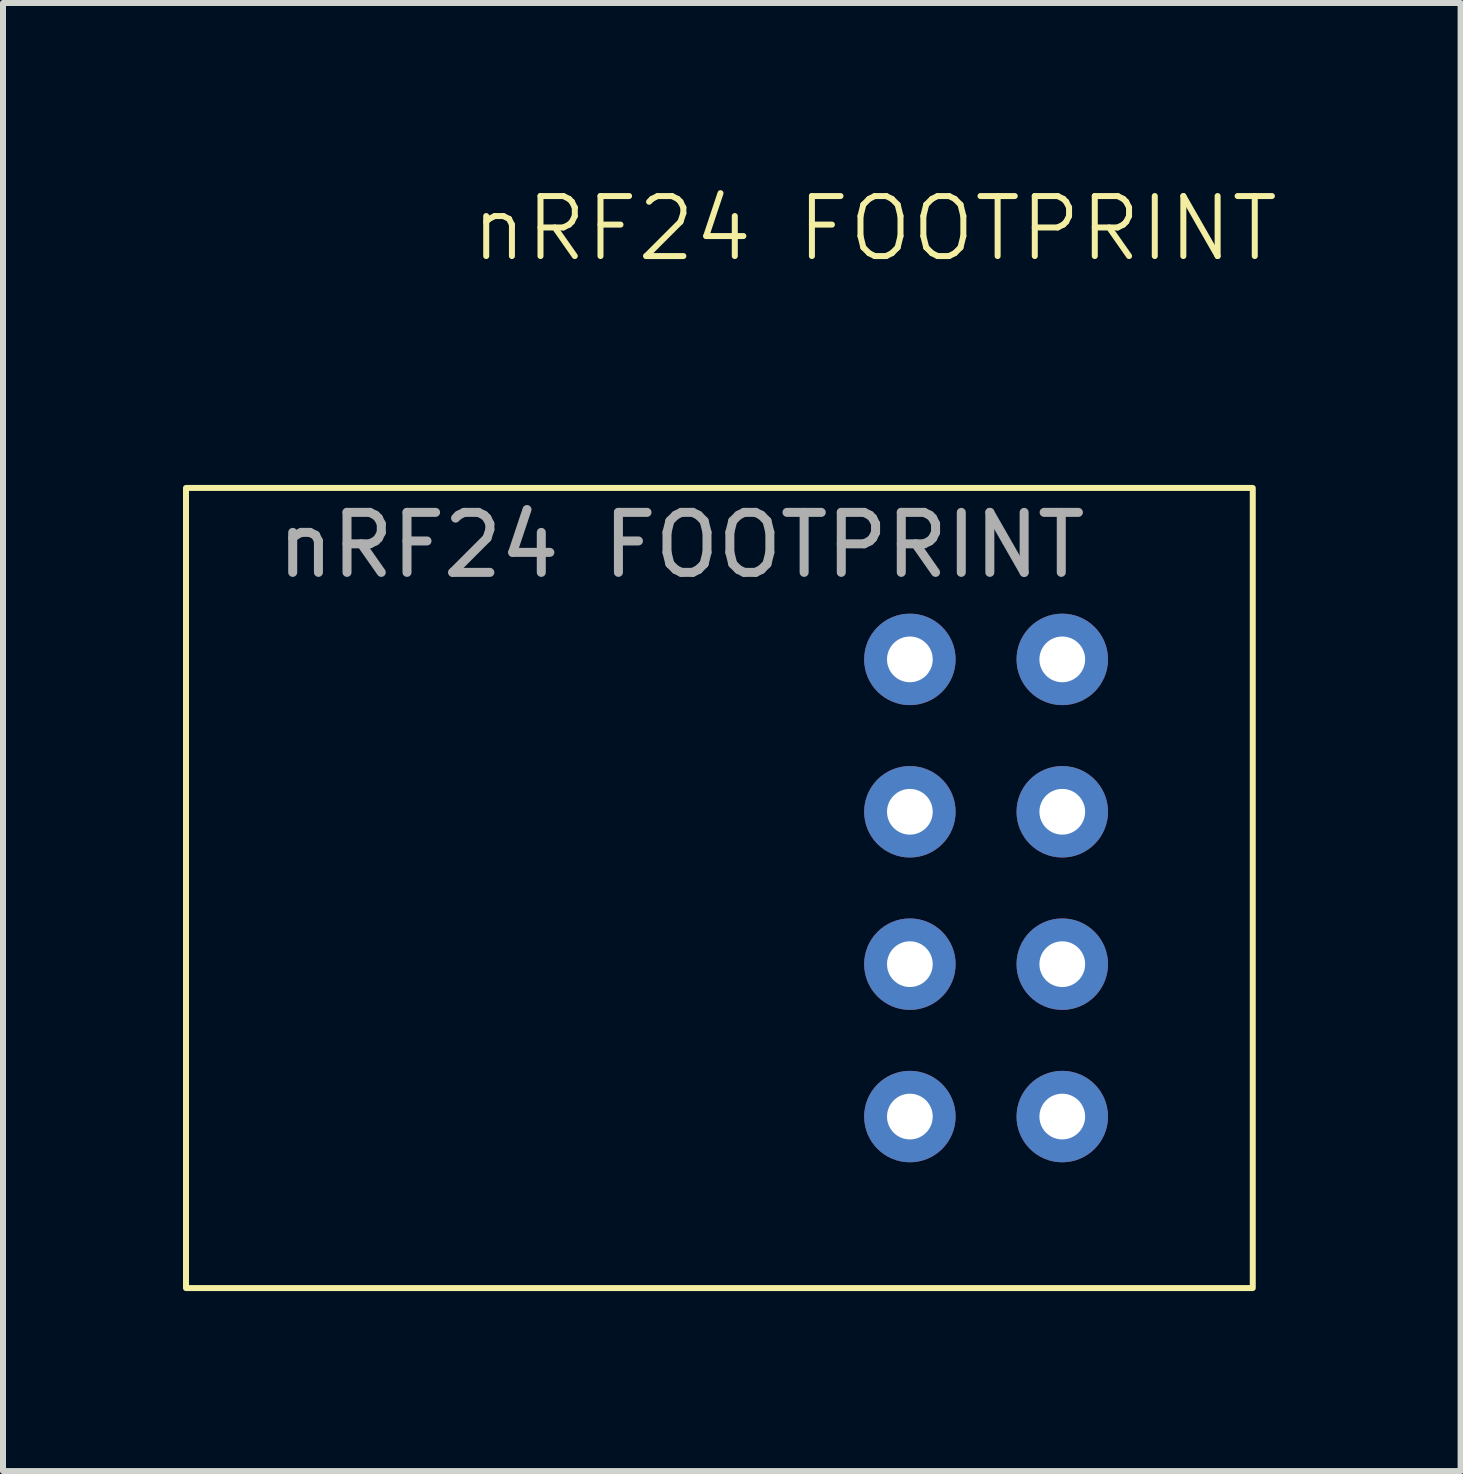
<source format=kicad_pcb>
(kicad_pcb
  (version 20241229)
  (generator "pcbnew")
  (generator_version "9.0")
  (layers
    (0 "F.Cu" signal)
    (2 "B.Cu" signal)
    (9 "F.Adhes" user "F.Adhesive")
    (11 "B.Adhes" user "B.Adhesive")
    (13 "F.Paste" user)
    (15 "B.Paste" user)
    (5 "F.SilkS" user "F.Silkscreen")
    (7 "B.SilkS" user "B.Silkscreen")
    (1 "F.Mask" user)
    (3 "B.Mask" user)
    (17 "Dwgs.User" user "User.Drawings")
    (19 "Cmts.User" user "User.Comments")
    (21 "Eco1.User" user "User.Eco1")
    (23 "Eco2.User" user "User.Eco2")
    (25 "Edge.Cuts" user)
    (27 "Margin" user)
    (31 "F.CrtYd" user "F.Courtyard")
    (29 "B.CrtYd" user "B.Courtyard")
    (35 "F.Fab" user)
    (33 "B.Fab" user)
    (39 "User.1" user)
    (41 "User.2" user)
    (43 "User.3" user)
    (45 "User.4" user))
  (footprint "nRF24 FOOTPRINT"
    (layer "F.Cu")
    (at 9.575 10.48)
    (property "Reference" "nRF24 FOOTPRINT" (at 1.955 -9.72 0) (unlocked yes) (layer "F.SilkS") (effects (font (size 1 1) (thickness 0.1))))
    (attr through_hole allow_missing_courtyard)
    (fp_rect (start -9.525 -5.397) (end 8.255 7.938) (stroke (width 0.1) (type default)) (fill no) (layer "F.SilkS"))
    (fp_text user "Vcc" (at 1.067 4.47 90) (unlocked yes) (layer "F.Paste") (effects (font (size 0.5 0.5) (thickness 0.125)) (justify right bottom)))
    (fp_text user "GND" (at 6.375 5.867 270) (unlocked yes) (layer "F.Paste") (effects (font (size 0.5 0.5) (thickness 0.125)) (justify right bottom)))
    (fp_text user "MISO" (at 6.375 -1.829 270) (unlocked yes) (layer "F.Paste") (effects (font (size 0.5 0.5) (thickness 0.125)) (justify right bottom)))
    (fp_text user "IRQ" (at 1.168 -3.175 90) (unlocked yes) (layer "F.Paste") (effects (font (size 0.5 0.5) (thickness 0.125)) (justify right bottom)))
    (fp_text user "CSN" (at 1.168 1.905 90) (unlocked yes) (layer "F.Paste") (effects (font (size 0.5 0.5) (thickness 0.125)) (justify right bottom)))
    (fp_text user "MOSI" (at 1.168 -0.686 90) (unlocked yes) (layer "F.Paste") (effects (font (size 0.5 0.5) (thickness 0.125)) (justify right bottom)))
    (fp_text user "SCK" (at 6.401 0.787 270) (unlocked yes) (layer "F.Paste") (effects (font (size 0.5 0.5) (thickness 0.125)) (justify right bottom)))
    (fp_text user "CE" (at 6.375 3.378 270) (unlocked yes) (layer "F.Paste") (effects (font (size 0.5 0.5) (thickness 0.125)) (justify right bottom)))
    (fp_text user "${REFERENCE}" (at -1.27 -4.445 0) (unlocked yes) (layer "F.Fab") (effects (font (size 1 1) (thickness 0.15))))
    (pad "0" thru_hole circle (at 5.08 5.08) (size 1.524 1.524) (drill 0.762) (layers "*.Cu" "*.Mask"))
    (pad "1" thru_hole circle (at 5.08 2.54) (size 1.524 1.524) (drill 0.762) (layers "*.Cu" "*.Mask"))
    (pad "2" thru_hole circle (at 5.08 0) (size 1.524 1.524) (drill 0.762) (layers "*.Cu" "*.Mask"))
    (pad "3" thru_hole circle (at 5.08 -2.54) (size 1.524 1.524) (drill 0.762) (layers "*.Cu" "*.Mask"))
    (pad "4" thru_hole circle (at 2.54 -2.54) (size 1.524 1.524) (drill 0.762) (layers "*.Cu" "*.Mask"))
    (pad "5" thru_hole circle (at 2.54 0) (size 1.524 1.524) (drill 0.762) (layers "*.Cu" "*.Mask"))
    (pad "6" thru_hole circle (at 2.54 2.54) (size 1.524 1.524) (drill 0.762) (layers "*.Cu" "*.Mask"))
    (pad "7" thru_hole circle (at 2.54 5.08) (size 1.524 1.524) (drill 0.762) (layers "*.Cu" "*.Mask")))
  (gr_rect
    (start -3 -3)
    (end 21.294 21.468)
    (stroke (width 0.1) (type default))
    (fill no)
    (layer "Edge.Cuts")))
</source>
